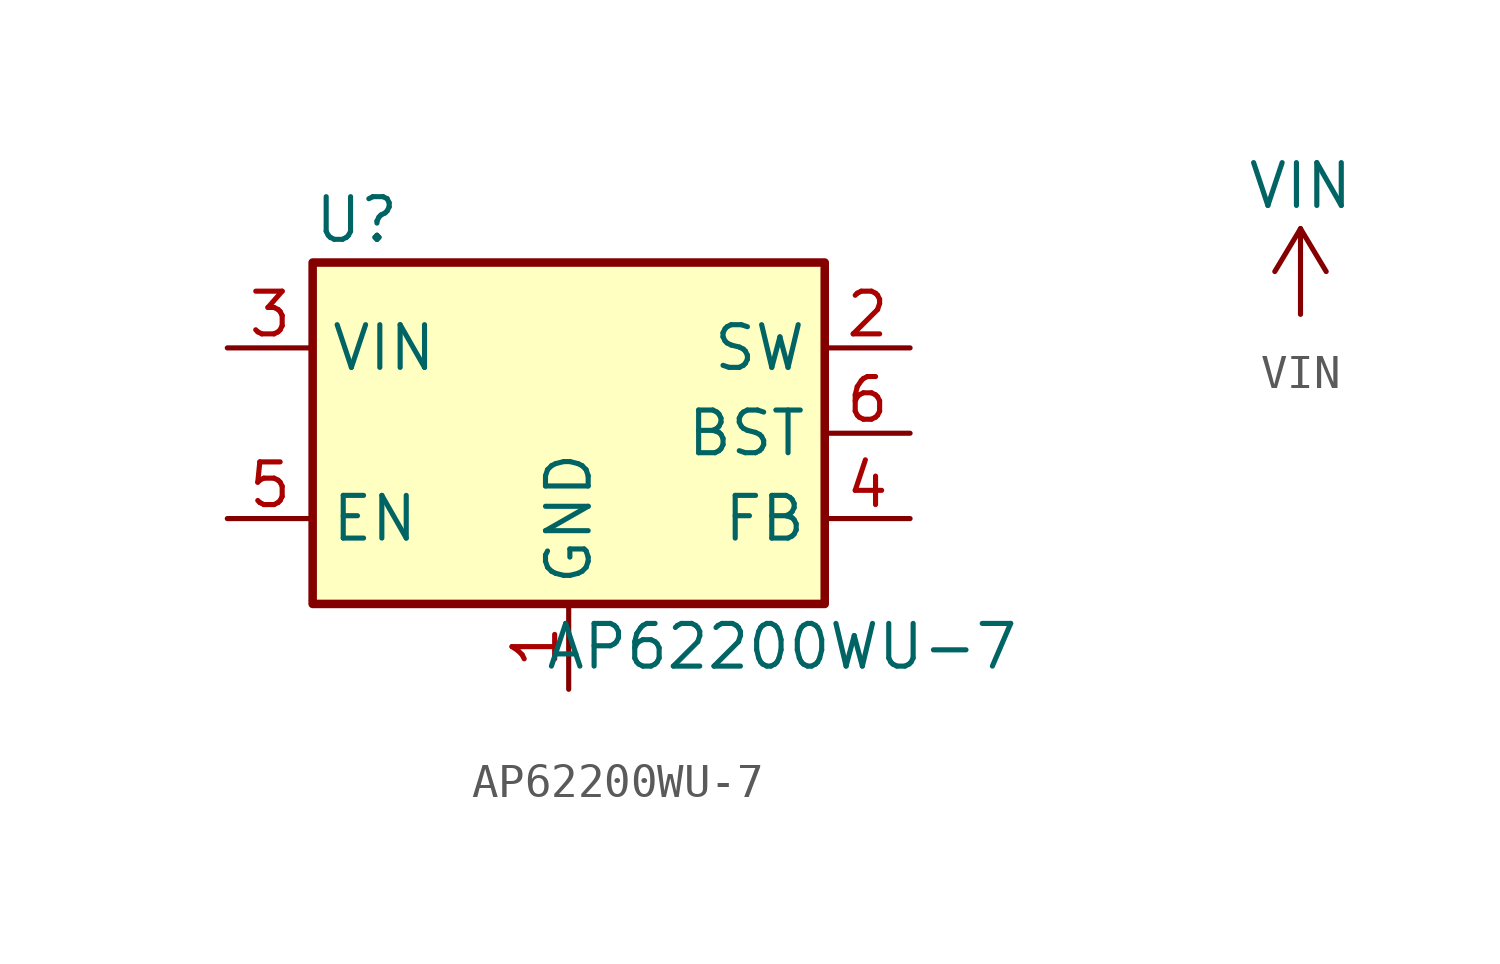
<source format=kicad_sym>
(kicad_symbol_lib
  (version 20231120)
  (generator "kicad_symbol_editor")
  (generator_version "8.0")
  (symbol "AP62200WU-7"
    (property "Reference" "U"
      (at -7.62 6.35 0)
      (effects (font (size 1.27 1.27)) (justify left)))
    (property "Value" "AP62200WU-7"
      (at 6.35 -6.35 0)
      (effects (font (size 1.27 1.27))))
    (symbol "AP62200WU-7_0_1"
      (rectangle (start -7.62 5.08) (end 7.62 -5.08) (stroke (width 0.254) (type default)) (fill (type background))))
    (symbol "AP62200WU-7_1_1"
      (pin power_in line (at 0 -7.62 90) (length 2.54) (name "GND" (effects (font (size 1.27 1.27)))) (number "1" (effects (font (size 1.27 1.27)))))
      (pin output line (at 10.16 2.54 180) (length 2.54) (name "SW" (effects (font (size 1.27 1.27)))) (number "2" (effects (font (size 1.27 1.27)))))
      (pin power_in line (at -10.16 2.54 0) (length 2.54) (name "VIN" (effects (font (size 1.27 1.27)))) (number "3" (effects (font (size 1.27 1.27)))))
      (pin input line (at 10.16 -2.54 180) (length 2.54) (name "FB" (effects (font (size 1.27 1.27)))) (number "4" (effects (font (size 1.27 1.27)))))
      (pin input line (at -10.16 -2.54 0) (length 2.54) (name "EN" (effects (font (size 1.27 1.27)))) (number "5" (effects (font (size 1.27 1.27)))))
      (pin passive line (at 10.16 0 180) (length 2.54) (name "BST" (effects (font (size 1.27 1.27)))) (number "6" (effects (font (size 1.27 1.27)))))))
  (symbol "VIN"
    (power)
    (pin_names
      (offset 0))
    (property "Reference" "#PWR"
      (at 0 -3.81 0)
      (effects (font (size 1.27 1.27)) (hide yes)))
    (property "Value" "VIN"
      (at 0 3.81 0)
      (effects (font (size 1.27 1.27))))
    (symbol "VIN_0_1"
      (polyline (pts (xy -0.762 1.27) (xy 0 2.54)) (stroke (width 0) (type default)) (fill (type none)))
      (polyline (pts (xy 0 0) (xy 0 2.54)) (stroke (width 0) (type default)) (fill (type none)))
      (polyline (pts (xy 0 2.54) (xy 0.762 1.27)) (stroke (width 0) (type default)) (fill (type none))))
    (symbol "VIN_1_1"
      (pin power_in line (at 0 0 90) (length 0) hide (name "VIN" (effects (font (size 1.27 1.27)))) (number "1" (effects (font (size 1.27 1.27))))))))
</source>
